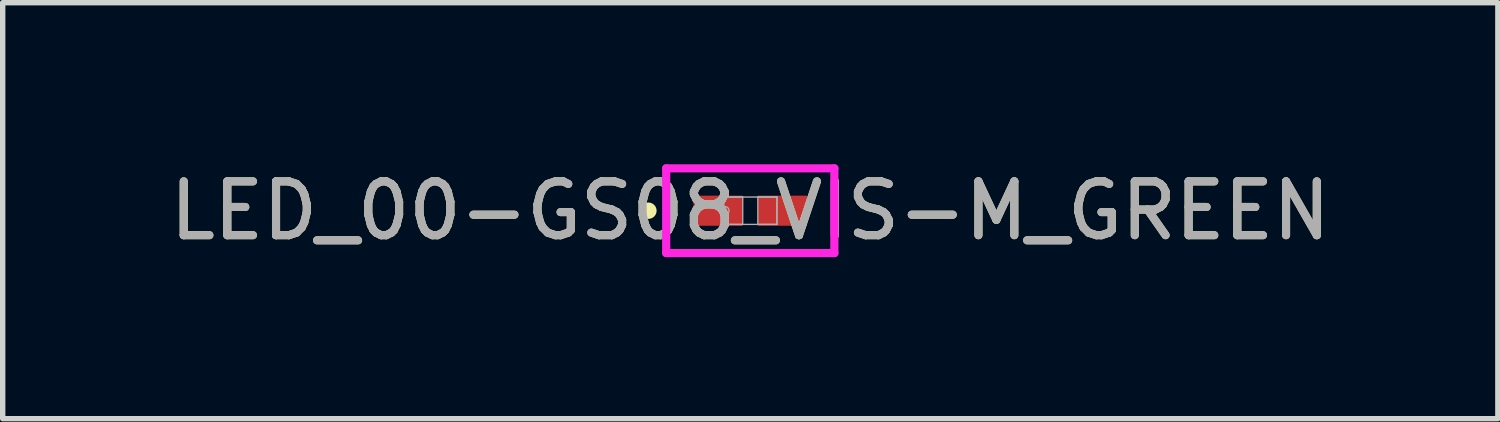
<source format=kicad_pcb>
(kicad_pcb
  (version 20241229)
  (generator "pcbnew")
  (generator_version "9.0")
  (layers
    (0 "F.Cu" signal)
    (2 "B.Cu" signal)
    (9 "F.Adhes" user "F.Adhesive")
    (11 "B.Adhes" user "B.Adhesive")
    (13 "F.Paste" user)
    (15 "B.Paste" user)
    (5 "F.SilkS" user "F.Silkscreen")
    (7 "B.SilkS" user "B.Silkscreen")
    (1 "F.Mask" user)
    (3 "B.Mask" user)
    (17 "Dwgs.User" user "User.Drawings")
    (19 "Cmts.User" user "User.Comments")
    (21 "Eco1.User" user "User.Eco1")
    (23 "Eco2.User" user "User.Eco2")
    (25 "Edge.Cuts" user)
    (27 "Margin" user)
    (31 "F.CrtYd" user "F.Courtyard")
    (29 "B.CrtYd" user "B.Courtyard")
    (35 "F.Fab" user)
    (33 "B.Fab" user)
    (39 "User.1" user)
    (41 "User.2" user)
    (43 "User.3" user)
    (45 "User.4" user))
  (footprint "LED_00-GS08_VIS-M_GREEN"
    (layer "F.Cu")
    (at 10.887 0.864)
    (property "Reference" "LED_00-GS08_VIS-M_GREEN" (at 0 0 0) (unlocked yes) (layer "F.SilkS") (effects (font (size 1 1) (thickness 0.15))))
    (attr smd)
    (fp_circle (center -1.892 0) (end -1.816 0) (stroke (width 0.152) (type solid)) (fill no) (layer "F.SilkS"))
    (fp_line (start -1.562 -0.787) (end 1.562 -0.787) (stroke (width 0.152) (type solid)) (layer "F.CrtYd"))
    (fp_line (start -1.562 0.787) (end -1.562 -0.787) (stroke (width 0.152) (type solid)) (layer "F.CrtYd"))
    (fp_line (start 1.562 -0.787) (end 1.562 0.787) (stroke (width 0.152) (type solid)) (layer "F.CrtYd"))
    (fp_line (start 1.562 0.787) (end -1.562 0.787) (stroke (width 0.152) (type solid)) (layer "F.CrtYd"))
    (fp_line (start -0.495 -0.254) (end -0.495 0.254) (stroke (width 0.025) (type solid)) (layer "F.Fab"))
    (fp_line (start -0.495 -0.254) (end -0.495 0.254) (stroke (width 0.025) (type solid)) (layer "F.Fab"))
    (fp_line (start -0.495 0.254) (end -0.14 0.254) (stroke (width 0.025) (type solid)) (layer "F.Fab"))
    (fp_line (start -0.495 0.254) (end 0.495 0.254) (stroke (width 0.025) (type solid)) (layer "F.Fab"))
    (fp_line (start -0.14 -0.254) (end -0.495 -0.254) (stroke (width 0.025) (type solid)) (layer "F.Fab"))
    (fp_line (start -0.14 0.254) (end -0.14 -0.254) (stroke (width 0.025) (type solid)) (layer "F.Fab"))
    (fp_line (start 0.14 -0.254) (end 0.14 0.254) (stroke (width 0.025) (type solid)) (layer "F.Fab"))
    (fp_line (start 0.14 0.254) (end 0.495 0.254) (stroke (width 0.025) (type solid)) (layer "F.Fab"))
    (fp_line (start 0.495 -0.254) (end -0.495 -0.254) (stroke (width 0.025) (type solid)) (layer "F.Fab"))
    (fp_line (start 0.495 -0.254) (end 0.14 -0.254) (stroke (width 0.025) (type solid)) (layer "F.Fab"))
    (fp_line (start 0.495 0.254) (end 0.495 -0.254) (stroke (width 0.025) (type solid)) (layer "F.Fab"))
    (fp_line (start 0.495 0.254) (end 0.495 -0.254) (stroke (width 0.025) (type solid)) (layer "F.Fab"))
    (fp_circle (center -0.47 0) (end -0.394 0) (stroke (width 0.025) (type solid)) (fill no) (layer "F.Fab"))
    (fp_text user "${REFERENCE}" (at 0 0 0) (unlocked yes) (layer "F.Fab") (effects (font (size 1 1) (thickness 0.15))))
    (pad "1" smd rect (at -0.597 0) (size 0.914 0.559) (layers "F.Cu" "F.Mask" "F.Paste"))
    (pad "2" smd rect (at 0.597 0) (size 0.914 0.559) (layers "F.Cu" "F.Mask" "F.Paste"))
    (zone (net_name "") (layer "F.Cu") (hatch full 0.508) (connect_pads) (min_thickness 0.254) (filled_areas_thickness no) (keepout (tracks not_allowed) (vias not_allowed) (pads allowed) (copperpour not_allowed) (footprints allowed)) (placement (enabled no)) (fill) (polygon (pts (xy 10.798 0.66) (xy 10.976 0.66) (xy 10.976 1.067) (xy 10.798 1.067)))))
  (gr_rect
    (start -3 -3)
    (end 24.774 4.727)
    (stroke (width 0.1) (type default))
    (fill no)
    (layer "Edge.Cuts")))
</source>
